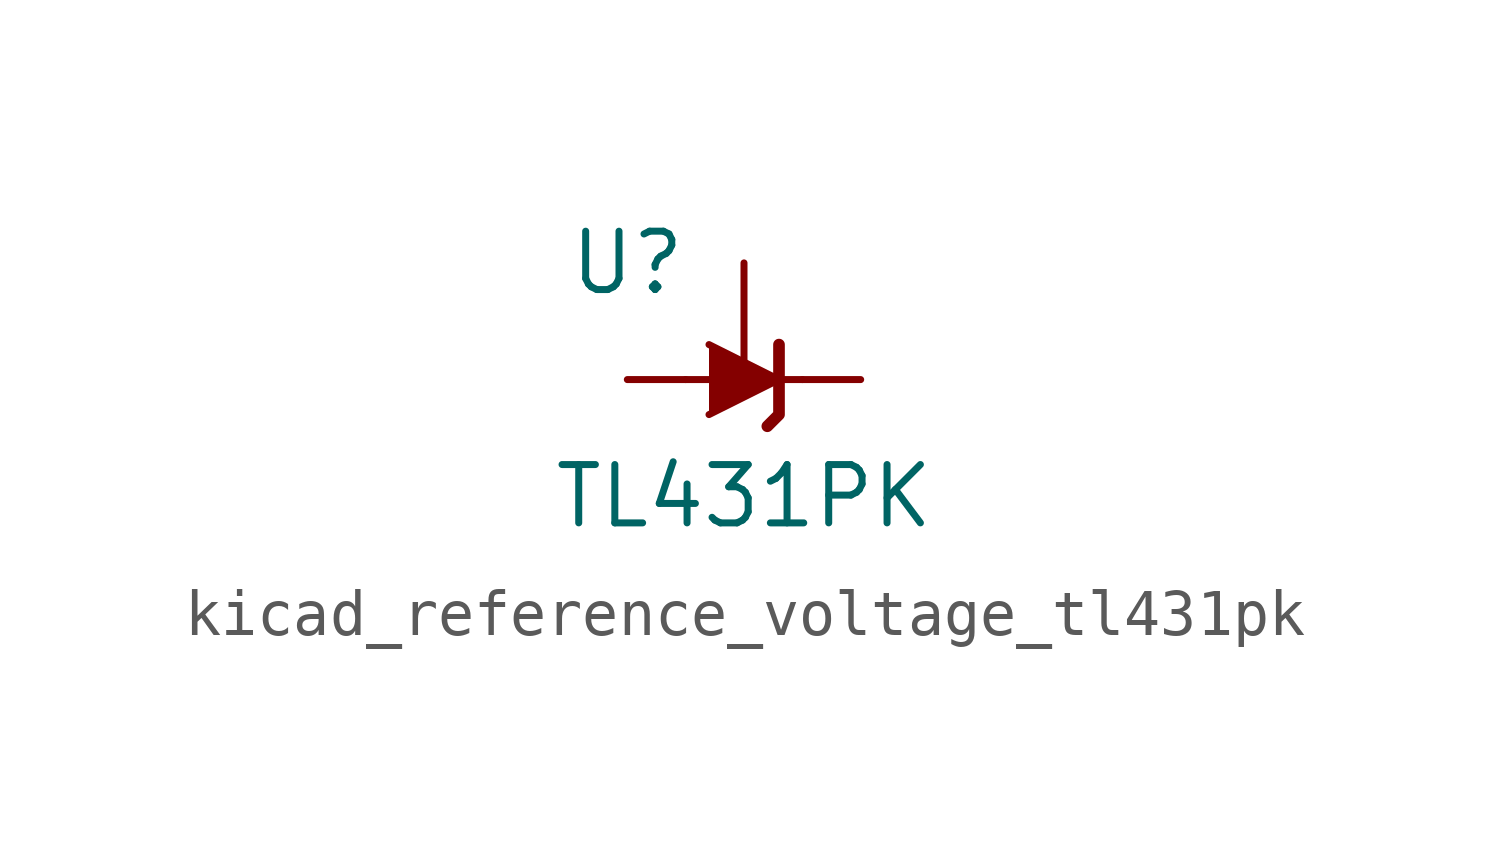
<source format=kicad_sym>
(kicad_symbol_lib
  (version 20220914)
  (generator kicad_symbol_editor)
  (symbol "kicad_reference_voltage_tl431pk"
    (pin_numbers hide)
    (pin_names hide)
    (property "Reference" "U"
      (at -2.54 2.54 0)
      (effects (font (size 1.27 1.27))))
    (property "Value" "TL431PK"
      (at 0 -2.54 0)
      (effects (font (size 1.27 1.27))))
    (symbol "kicad_reference_voltage_tl431pk_0_1"
      (polyline (pts (xy -1.27 0) (xy 0 0) (xy 1.27 0)) (stroke (width 0) (type default)) (fill (type none)))
      (polyline (pts (xy -0.762 0.762) (xy 0.762 0) (xy -0.762 -0.762)) (stroke (width 0) (type default)) (fill (type outline)))
      (polyline (pts (xy 0.508 -1.016) (xy 0.762 -0.762) (xy 0.762 0.762) (xy 0.762 0.762)) (stroke (width 0.254) (type default)) (fill (type none))))
    (symbol "kicad_reference_voltage_tl431pk_1_1"
      (pin passive line (at 0 2.54 270) (length 2.54) (name "REF" (effects (font (size 1.27 1.27)))) (number "1" (effects (font (size 1.27 1.27)))))
      (pin passive line (at -2.54 0 0) (length 1.27) (name "A" (effects (font (size 1.27 1.27)))) (number "2" (effects (font (size 1.27 1.27)))))
      (pin passive line (at 2.54 0 180) (length 1.27) (name "K" (effects (font (size 1.27 1.27)))) (number "3" (effects (font (size 1.27 1.27))))))))
</source>
